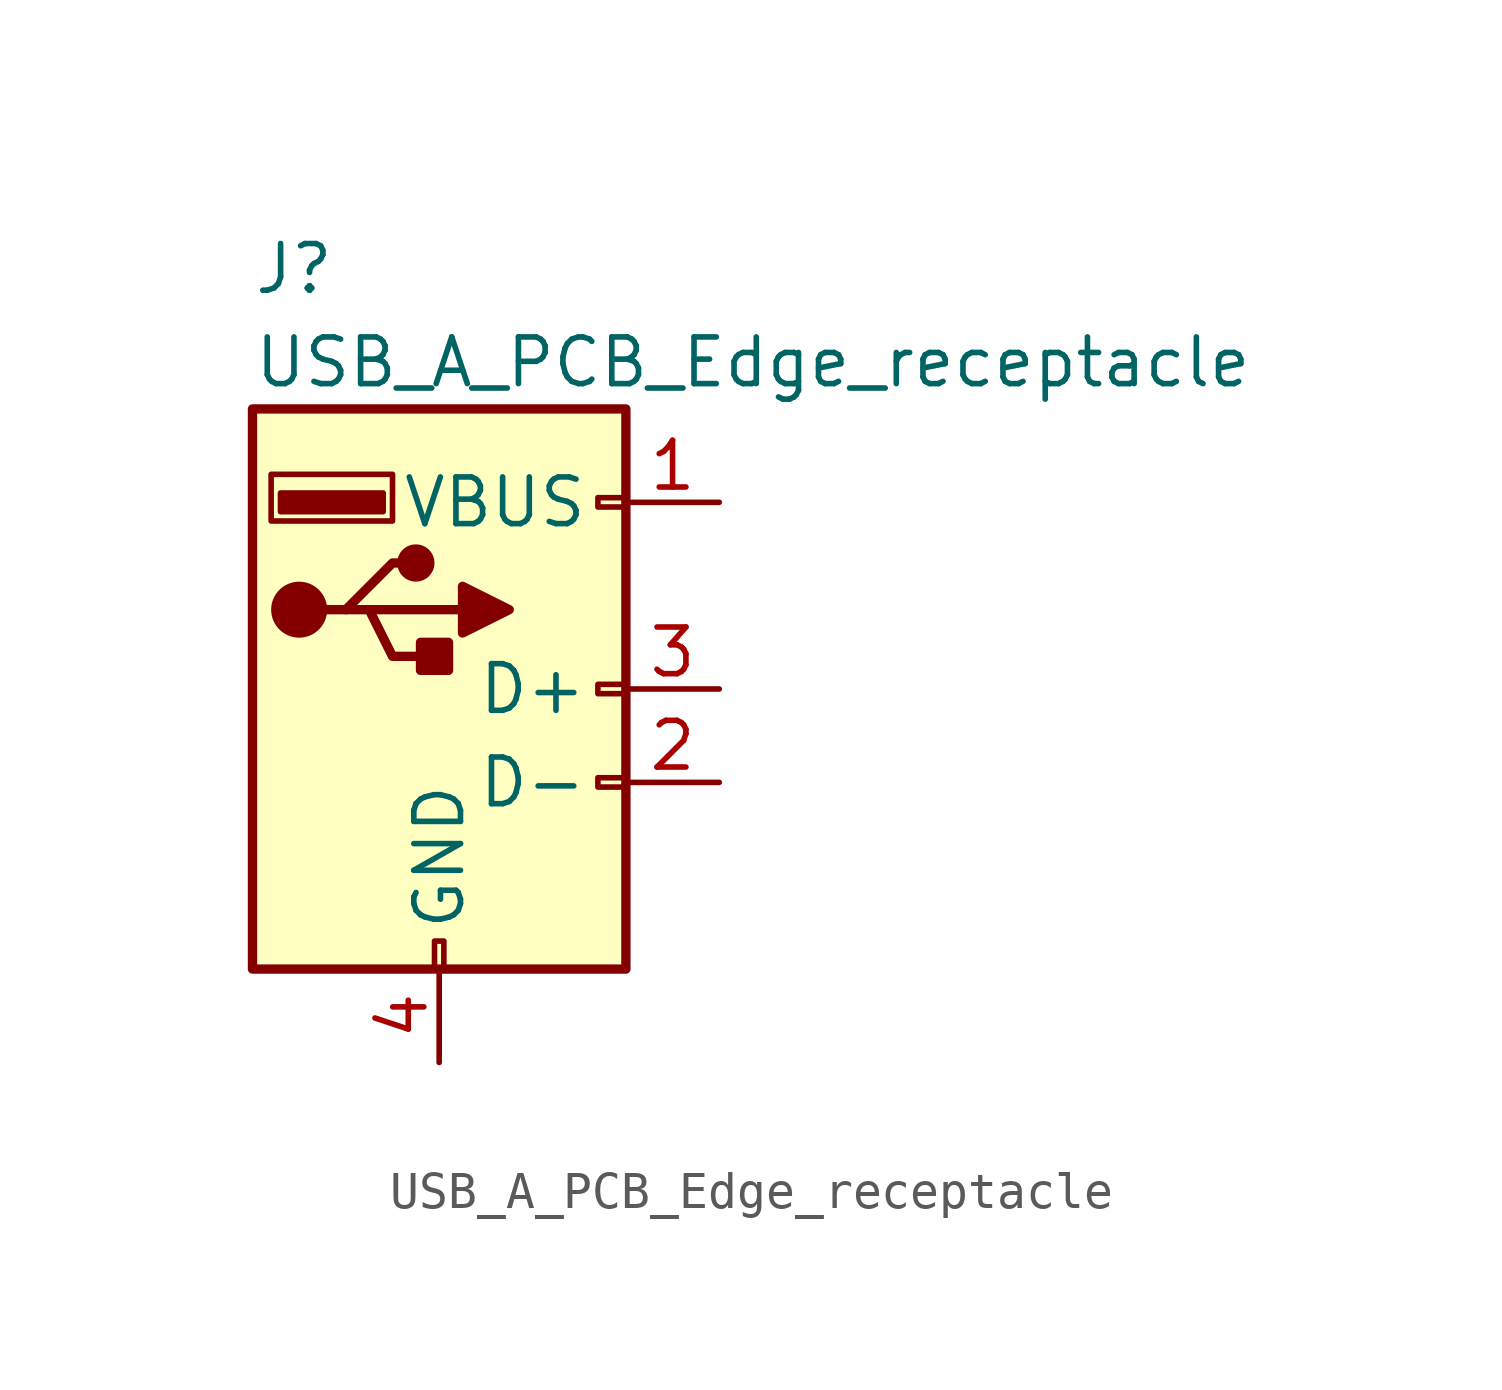
<source format=kicad_sym>
(kicad_symbol_lib
  (version 20231120)
  (generator "kicad_symbol_editor")
  (generator_version "8.0")
  (symbol "USB_A_PCB_Edge_receptacle"
    (pin_names
      (offset 1.016))
    (property "Reference" "J"
      (at -5.08 11.43 0)
      (effects (font (size 1.27 1.27)) (justify left)))
    (property "Value" "USB_A_PCB_Edge_receptacle"
      (at -5.08 8.89 0)
      (effects (font (size 1.27 1.27)) (justify left)))
    (symbol "USB_A_PCB_Edge_receptacle_0_1"
      (rectangle (start -5.08 -7.62) (end 5.08 7.62) (stroke (width 0.254) (type default)) (fill (type background)))
      (circle (center -3.81 2.159) (radius 0.635) (stroke (width 0.254) (type default)) (fill (type outline)))
      (rectangle (start -1.524 4.826) (end -4.318 5.334) (stroke (width 0) (type default)) (fill (type outline)))
      (rectangle (start -1.27 4.572) (end -4.572 5.842) (stroke (width 0) (type default)) (fill (type none)))
      (circle (center -0.635 3.429) (radius 0.381) (stroke (width 0.254) (type default)) (fill (type outline)))
      (rectangle (start -0.127 -7.62) (end 0.127 -6.858) (stroke (width 0) (type default)) (fill (type none)))
      (polyline (pts (xy -3.175 2.159) (xy -2.54 2.159) (xy -1.27 3.429) (xy -0.635 3.429)) (stroke (width 0.254) (type default)) (fill (type none)))
      (polyline (pts (xy -2.54 2.159) (xy -1.905 2.159) (xy -1.27 0.889) (xy 0 0.889)) (stroke (width 0.254) (type default)) (fill (type none)))
      (polyline (pts (xy 0.635 2.794) (xy 0.635 1.524) (xy 1.905 2.159) (xy 0.635 2.794)) (stroke (width 0.254) (type default)) (fill (type outline)))
      (rectangle (start 0.254 1.27) (end -0.508 0.508) (stroke (width 0.254) (type default)) (fill (type outline)))
      (rectangle (start 5.08 -2.667) (end 4.318 -2.413) (stroke (width 0) (type default)) (fill (type none)))
      (rectangle (start 5.08 -0.127) (end 4.318 0.127) (stroke (width 0) (type default)) (fill (type none)))
      (rectangle (start 5.08 4.953) (end 4.318 5.207) (stroke (width 0) (type default)) (fill (type none))))
    (symbol "USB_A_PCB_Edge_receptacle_1_1"
      (polyline (pts (xy -1.905 2.159) (xy 0.635 2.159)) (stroke (width 0.254) (type default)) (fill (type none)))
      (pin power_out line (at 7.62 5.08 180) (length 2.54) (name "VBUS" (effects (font (size 1.27 1.27)))) (number "1" (effects (font (size 1.27 1.27)))))
      (pin bidirectional line (at 7.62 -2.54 180) (length 2.54) (name "D-" (effects (font (size 1.27 1.27)))) (number "2" (effects (font (size 1.27 1.27)))))
      (pin bidirectional line (at 7.62 0 180) (length 2.54) (name "D+" (effects (font (size 1.27 1.27)))) (number "3" (effects (font (size 1.27 1.27)))))
      (pin power_out line (at 0 -10.16 90) (length 2.54) (name "GND" (effects (font (size 1.27 1.27)))) (number "4" (effects (font (size 1.27 1.27))))))))
</source>
